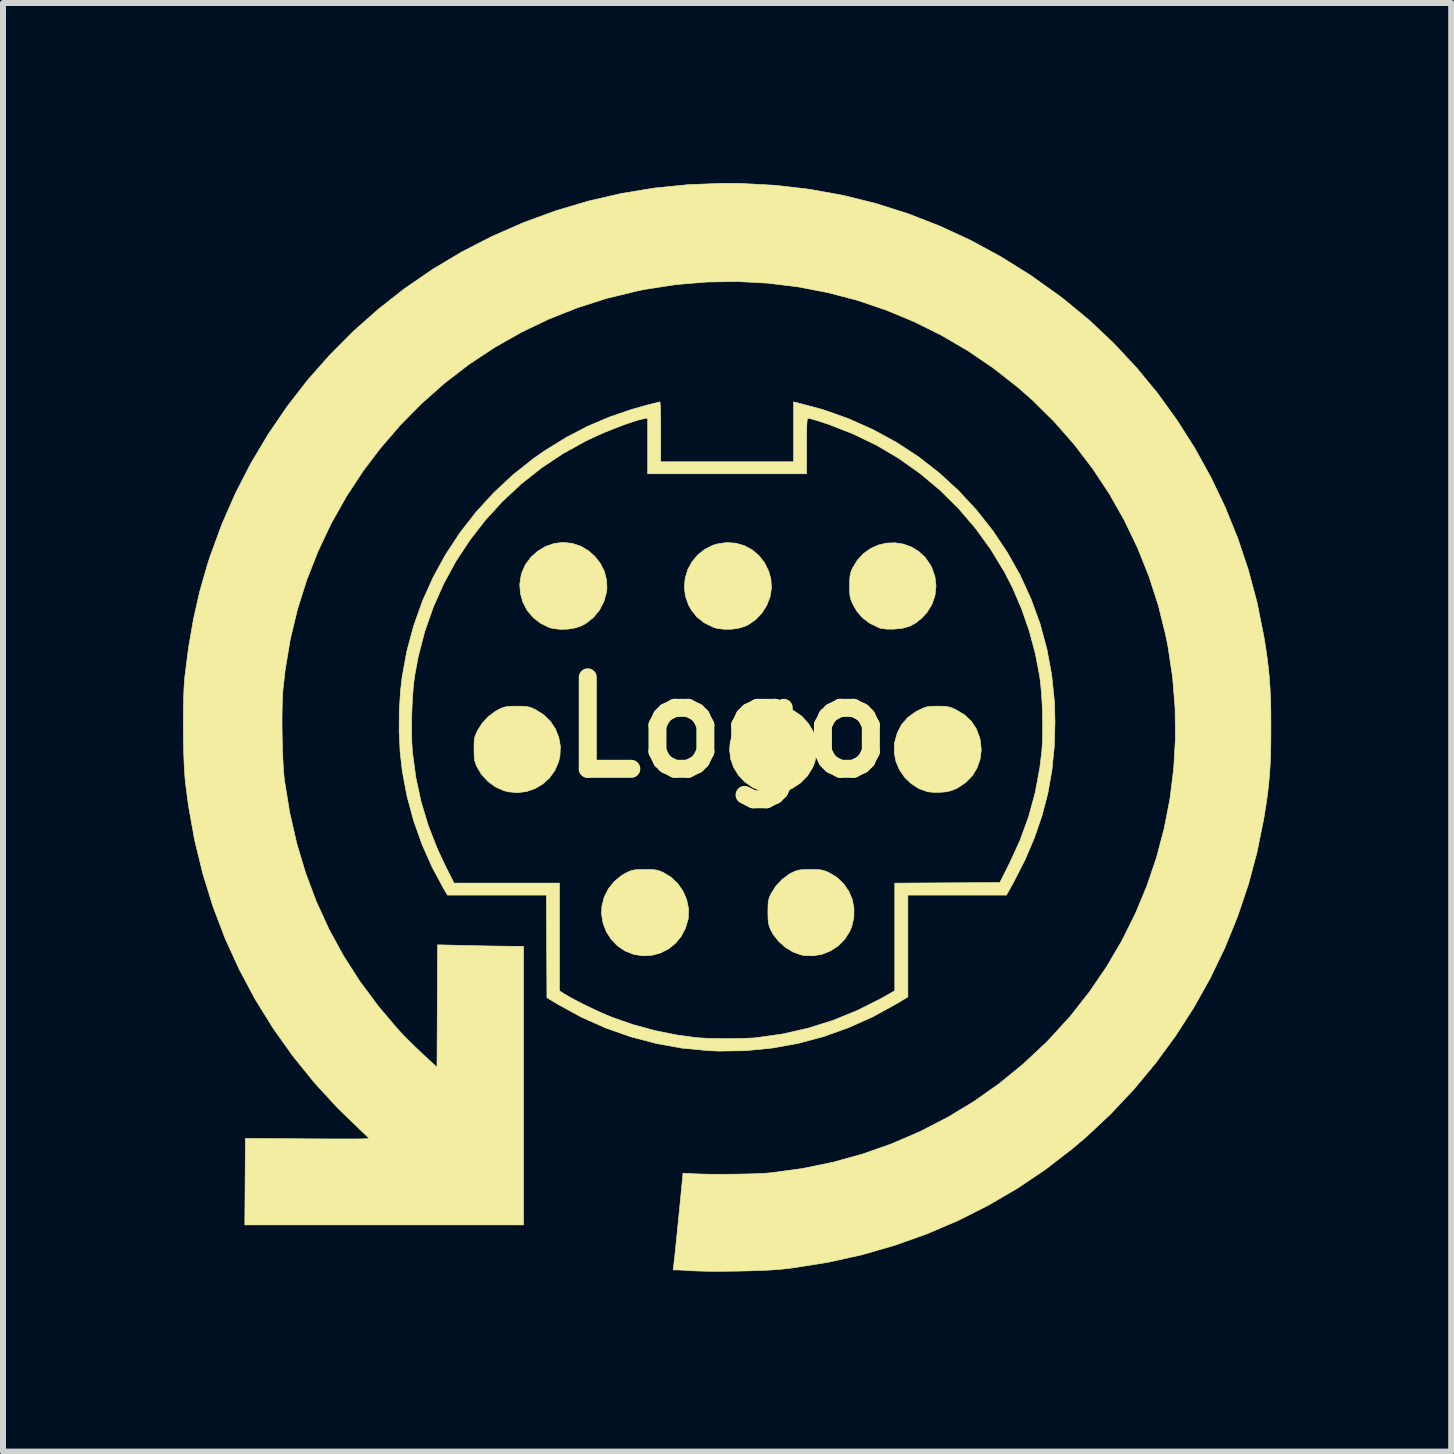
<source format=kicad_pcb>
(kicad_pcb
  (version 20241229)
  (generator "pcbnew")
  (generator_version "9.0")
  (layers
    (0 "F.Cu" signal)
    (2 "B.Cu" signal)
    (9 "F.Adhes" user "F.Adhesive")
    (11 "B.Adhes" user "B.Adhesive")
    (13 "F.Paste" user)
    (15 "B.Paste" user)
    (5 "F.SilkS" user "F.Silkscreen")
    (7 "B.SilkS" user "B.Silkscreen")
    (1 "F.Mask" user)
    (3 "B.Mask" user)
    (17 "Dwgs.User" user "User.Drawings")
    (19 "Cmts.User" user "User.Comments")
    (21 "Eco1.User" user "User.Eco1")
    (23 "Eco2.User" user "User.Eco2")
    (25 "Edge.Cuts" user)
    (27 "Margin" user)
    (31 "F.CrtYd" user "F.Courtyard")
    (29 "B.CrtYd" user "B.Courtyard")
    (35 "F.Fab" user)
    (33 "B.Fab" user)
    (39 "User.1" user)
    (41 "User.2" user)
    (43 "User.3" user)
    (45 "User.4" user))
  (footprint "Logo"
    (layer "F.Cu")
    (at 9.068 9.073)
    (property "Reference" "Logo" (at 0 0 0) (layer "F.SilkS") (effects (font (size 1.524 1.524) (thickness 0.3))))
    (attr through_hole)
    (fp_poly (pts (xy 0.141 -3.071) (xy 0.285 -3.03) (xy 0.416 -2.96) (xy 0.53 -2.864) (xy 0.624 -2.744) (xy 0.693 -2.603) (xy 0.729 -2.471) (xy 0.739 -2.324) (xy 0.716 -2.178) (xy 0.662 -2.038) (xy 0.583 -1.91) (xy 0.479 -1.8) (xy 0.355 -1.713) (xy 0.312 -1.691) (xy 0.204 -1.656) (xy 0.078 -1.637) (xy -0.051 -1.636) (xy -0.172 -1.652) (xy -0.236 -1.672) (xy -0.383 -1.745) (xy -0.502 -1.839) (xy -0.596 -1.957) (xy -0.645 -2.045) (xy -0.696 -2.191) (xy -0.713 -2.34) (xy -0.699 -2.487) (xy -0.657 -2.628) (xy -0.587 -2.758) (xy -0.493 -2.872) (xy -0.377 -2.966) (xy -0.24 -3.035) (xy -0.17 -3.057) (xy -0.012 -3.081) (xy 0.141 -3.071)) (stroke (width 0.01) (type solid)) (fill yes) (layer "F.SilkS"))
    (fp_poly (pts (xy -2.58 -3.067) (xy -2.439 -3.02) (xy -2.312 -2.945) (xy -2.202 -2.848) (xy -2.113 -2.733) (xy -2.047 -2.603) (xy -2.01 -2.462) (xy -2.003 -2.316) (xy -2.01 -2.256) (xy -2.054 -2.098) (xy -2.127 -1.956) (xy -2.228 -1.833) (xy -2.352 -1.735) (xy -2.422 -1.696) (xy -2.529 -1.659) (xy -2.654 -1.638) (xy -2.784 -1.635) (xy -2.904 -1.649) (xy -2.969 -1.667) (xy -3.114 -1.739) (xy -3.236 -1.835) (xy -3.334 -1.953) (xy -3.404 -2.087) (xy -3.445 -2.233) (xy -3.456 -2.387) (xy -3.432 -2.543) (xy -3.42 -2.583) (xy -3.359 -2.718) (xy -3.268 -2.838) (xy -3.155 -2.939) (xy -3.024 -3.017) (xy -2.881 -3.066) (xy -2.733 -3.084) (xy -2.731 -3.084) (xy -2.58 -3.067)) (stroke (width 0.01) (type solid)) (fill yes) (layer "F.SilkS"))
    (fp_poly (pts (xy -1.277 2.369) (xy -1.211 2.372) (xy -1.16 2.381) (xy -1.114 2.396) (xy -1.066 2.416) (xy -0.934 2.497) (xy -0.823 2.602) (xy -0.736 2.727) (xy -0.675 2.866) (xy -0.644 3.013) (xy -0.646 3.163) (xy -0.65 3.194) (xy -0.695 3.348) (xy -0.767 3.484) (xy -0.863 3.6) (xy -0.98 3.693) (xy -1.113 3.76) (xy -1.257 3.798) (xy -1.41 3.806) (xy -1.557 3.782) (xy -1.701 3.725) (xy -1.827 3.64) (xy -1.932 3.531) (xy -2.014 3.403) (xy -2.068 3.262) (xy -2.093 3.111) (xy -2.087 2.977) (xy -2.048 2.826) (xy -1.977 2.687) (xy -1.878 2.565) (xy -1.756 2.465) (xy -1.678 2.421) (xy -1.627 2.397) (xy -1.582 2.382) (xy -1.534 2.373) (xy -1.472 2.369) (xy -1.385 2.368) (xy -1.37 2.368) (xy -1.277 2.369)) (stroke (width 0.01) (type solid)) (fill yes) (layer "F.SilkS"))
    (fp_poly (pts (xy 2.936 -3.056) (xy 3.069 -3.009) (xy 3.191 -2.935) (xy 3.299 -2.835) (xy 3.388 -2.708) (xy 3.413 -2.659) (xy 3.464 -2.509) (xy 3.481 -2.355) (xy 3.465 -2.203) (xy 3.416 -2.057) (xy 3.335 -1.922) (xy 3.246 -1.824) (xy 3.142 -1.74) (xy 3.035 -1.684) (xy 2.914 -1.651) (xy 2.776 -1.638) (xy 2.658 -1.639) (xy 2.573 -1.649) (xy 2.539 -1.658) (xy 2.384 -1.732) (xy 2.258 -1.826) (xy 2.159 -1.94) (xy 2.099 -2.046) (xy 2.072 -2.105) (xy 2.056 -2.153) (xy 2.046 -2.204) (xy 2.042 -2.267) (xy 2.041 -2.354) (xy 2.041 -2.359) (xy 2.042 -2.449) (xy 2.047 -2.515) (xy 2.056 -2.566) (xy 2.072 -2.614) (xy 2.089 -2.652) (xy 2.171 -2.788) (xy 2.273 -2.898) (xy 2.391 -2.982) (xy 2.521 -3.04) (xy 2.658 -3.072) (xy 2.798 -3.077) (xy 2.936 -3.056)) (stroke (width 0.01) (type solid)) (fill yes) (layer "F.SilkS"))
    (fp_poly (pts (xy 0.969 -0.334) (xy 1.115 -0.276) (xy 1.243 -0.188) (xy 1.351 -0.07) (xy 1.419 0.039) (xy 1.445 0.092) (xy 1.462 0.136) (xy 1.472 0.181) (xy 1.477 0.237) (xy 1.478 0.315) (xy 1.479 0.354) (xy 1.478 0.445) (xy 1.474 0.51) (xy 1.466 0.56) (xy 1.451 0.607) (xy 1.428 0.66) (xy 1.423 0.671) (xy 1.339 0.807) (xy 1.227 0.921) (xy 1.093 1.011) (xy 1.079 1.017) (xy 1.012 1.048) (xy 0.95 1.067) (xy 0.881 1.077) (xy 0.803 1.082) (xy 0.692 1.082) (xy 0.605 1.073) (xy 0.572 1.064) (xy 0.421 0.997) (xy 0.291 0.905) (xy 0.186 0.793) (xy 0.108 0.665) (xy 0.058 0.523) (xy 0.041 0.373) (xy 0.052 0.243) (xy 0.098 0.084) (xy 0.173 -0.055) (xy 0.272 -0.171) (xy 0.393 -0.262) (xy 0.533 -0.324) (xy 0.688 -0.356) (xy 0.808 -0.359) (xy 0.969 -0.334)) (stroke (width 0.01) (type solid)) (fill yes) (layer "F.SilkS"))
    (fp_poly (pts (xy 3.597 -0.353) (xy 3.66 -0.348) (xy 3.71 -0.338) (xy 3.76 -0.32) (xy 3.81 -0.297) (xy 3.954 -0.211) (xy 4.067 -0.106) (xy 4.152 0.021) (xy 4.208 0.17) (xy 4.22 0.219) (xy 4.235 0.377) (xy 4.216 0.53) (xy 4.166 0.674) (xy 4.087 0.804) (xy 3.98 0.915) (xy 3.85 1.003) (xy 3.819 1.019) (xy 3.742 1.051) (xy 3.67 1.07) (xy 3.586 1.079) (xy 3.551 1.081) (xy 3.471 1.082) (xy 3.396 1.078) (xy 3.34 1.071) (xy 3.334 1.07) (xy 3.191 1.017) (xy 3.065 0.935) (xy 2.957 0.83) (xy 2.873 0.707) (xy 2.814 0.57) (xy 2.785 0.425) (xy 2.788 0.277) (xy 2.791 0.252) (xy 2.836 0.091) (xy 2.909 -0.049) (xy 3.011 -0.166) (xy 3.141 -0.26) (xy 3.189 -0.285) (xy 3.255 -0.317) (xy 3.306 -0.337) (xy 3.355 -0.348) (xy 3.414 -0.353) (xy 3.495 -0.354) (xy 3.51 -0.354) (xy 3.597 -0.353)) (stroke (width 0.01) (type solid)) (fill yes) (layer "F.SilkS"))
    (fp_poly (pts (xy -3.413 -0.353) (xy -3.35 -0.349) (xy -3.3 -0.34) (xy -3.253 -0.324) (xy -3.198 -0.298) (xy -3.191 -0.295) (xy -3.056 -0.21) (xy -2.945 -0.101) (xy -2.861 0.026) (xy -2.805 0.167) (xy -2.779 0.318) (xy -2.786 0.472) (xy -2.809 0.574) (xy -2.871 0.718) (xy -2.96 0.841) (xy -3.071 0.942) (xy -3.2 1.019) (xy -3.341 1.068) (xy -3.49 1.087) (xy -3.642 1.074) (xy -3.721 1.054) (xy -3.862 0.991) (xy -3.989 0.897) (xy -4.096 0.78) (xy -4.17 0.655) (xy -4.192 0.603) (xy -4.206 0.555) (xy -4.214 0.5) (xy -4.217 0.426) (xy -4.218 0.362) (xy -4.217 0.274) (xy -4.214 0.211) (xy -4.205 0.162) (xy -4.189 0.116) (xy -4.164 0.061) (xy -4.16 0.052) (xy -4.083 -0.069) (xy -3.98 -0.18) (xy -3.862 -0.269) (xy -3.796 -0.305) (xy -3.744 -0.328) (xy -3.696 -0.342) (xy -3.642 -0.35) (xy -3.571 -0.353) (xy -3.502 -0.354) (xy -3.413 -0.353)) (stroke (width 0.01) (type solid)) (fill yes) (layer "F.SilkS"))
    (fp_poly (pts (xy 1.48 2.369) (xy 1.547 2.372) (xy 1.598 2.381) (xy 1.644 2.396) (xy 1.692 2.417) (xy 1.829 2.499) (xy 1.941 2.605) (xy 2.027 2.73) (xy 2.086 2.868) (xy 2.114 3.016) (xy 2.112 3.168) (xy 2.076 3.32) (xy 2.042 3.401) (xy 1.959 3.532) (xy 1.851 3.641) (xy 1.723 3.724) (xy 1.582 3.781) (xy 1.431 3.806) (xy 1.278 3.8) (xy 1.227 3.79) (xy 1.097 3.742) (xy 0.972 3.666) (xy 0.86 3.566) (xy 0.769 3.451) (xy 0.729 3.379) (xy 0.707 3.328) (xy 0.693 3.282) (xy 0.685 3.23) (xy 0.681 3.162) (xy 0.68 3.075) (xy 0.681 2.984) (xy 0.685 2.919) (xy 0.693 2.87) (xy 0.707 2.825) (xy 0.73 2.775) (xy 0.734 2.767) (xy 0.81 2.647) (xy 0.911 2.538) (xy 1.028 2.449) (xy 1.079 2.421) (xy 1.131 2.397) (xy 1.176 2.382) (xy 1.224 2.373) (xy 1.287 2.369) (xy 1.373 2.368) (xy 1.388 2.368) (xy 1.48 2.369)) (stroke (width 0.01) (type solid)) (fill yes) (layer "F.SilkS"))
    (fp_poly (pts (xy 1.157 -5.414) (xy 1.598 -5.296) (xy 2.022 -5.146) (xy 2.428 -4.965) (xy 2.816 -4.754) (xy 3.183 -4.515) (xy 3.529 -4.246) (xy 3.852 -3.95) (xy 4.152 -3.627) (xy 4.428 -3.278) (xy 4.668 -2.919) (xy 4.884 -2.535) (xy 5.066 -2.137) (xy 5.215 -1.727) (xy 5.329 -1.306) (xy 5.409 -0.874) (xy 5.454 -0.433) (xy 5.464 -0.091) (xy 5.452 0.318) (xy 5.413 0.711) (xy 5.346 1.093) (xy 5.249 1.466) (xy 5.122 1.836) (xy 4.964 2.208) (xy 4.772 2.584) (xy 4.688 2.735) (xy 4.654 2.794) (xy 3.833 2.794) (xy 3.012 2.794) (xy 3.012 4.491) (xy 2.823 4.605) (xy 2.428 4.822) (xy 2.021 5.004) (xy 1.605 5.153) (xy 1.18 5.266) (xy 0.748 5.344) (xy 0.309 5.387) (xy -0.135 5.394) (xy -0.308 5.387) (xy -0.748 5.345) (xy -1.182 5.267) (xy -1.608 5.155) (xy -2.023 5.009) (xy -2.425 4.83) (xy -2.812 4.619) (xy -2.827 4.61) (xy -3.003 4.504) (xy -3.007 3.649) (xy -3.012 2.794) (xy -4.66 2.794) (xy -4.722 2.69) (xy -4.916 2.33) (xy -5.085 1.948) (xy -5.225 1.552) (xy -5.335 1.146) (xy -5.412 0.738) (xy -5.414 0.726) (xy -5.45 0.405) (xy -5.466 0.067) (xy -5.259 0.067) (xy -5.255 0.248) (xy -5.245 0.404) (xy -5.245 0.41) (xy -5.188 0.832) (xy -5.1 1.241) (xy -4.979 1.641) (xy -4.824 2.035) (xy -4.704 2.291) (xy -4.552 2.594) (xy -2.794 2.594) (xy -2.794 4.39) (xy -2.717 4.439) (xy -2.627 4.492) (xy -2.511 4.555) (xy -2.379 4.622) (xy -2.239 4.69) (xy -2.099 4.754) (xy -1.969 4.81) (xy -1.914 4.832) (xy -1.571 4.952) (xy -1.209 5.051) (xy -0.841 5.125) (xy -0.526 5.168) (xy -0.423 5.176) (xy -0.294 5.182) (xy -0.147 5.185) (xy 0.007 5.186) (xy 0.161 5.185) (xy 0.303 5.181) (xy 0.425 5.176) (xy 0.492 5.17) (xy 0.923 5.109) (xy 1.347 5.013) (xy 1.764 4.882) (xy 2.171 4.716) (xy 2.566 4.518) (xy 2.632 4.48) (xy 2.794 4.388) (xy 2.794 2.595) (xy 4.545 2.585) (xy 4.7 2.277) (xy 4.88 1.885) (xy 5.024 1.49) (xy 5.134 1.086) (xy 5.211 0.672) (xy 5.245 0.392) (xy 5.255 0.235) (xy 5.259 0.053) (xy 5.258 -0.144) (xy 5.252 -0.346) (xy 5.241 -0.542) (xy 5.225 -0.722) (xy 5.208 -0.859) (xy 5.136 -1.233) (xy 5.035 -1.608) (xy 4.908 -1.975) (xy 4.758 -2.325) (xy 4.624 -2.587) (xy 4.395 -2.965) (xy 4.138 -3.32) (xy 3.855 -3.65) (xy 3.548 -3.954) (xy 3.217 -4.231) (xy 2.865 -4.481) (xy 2.492 -4.702) (xy 2.099 -4.892) (xy 1.689 -5.052) (xy 1.583 -5.087) (xy 1.501 -5.113) (xy 1.429 -5.134) (xy 1.377 -5.148) (xy 1.352 -5.153) (xy 1.343 -5.149) (xy 1.337 -5.134) (xy 1.332 -5.105) (xy 1.329 -5.058) (xy 1.326 -4.989) (xy 1.325 -4.893) (xy 1.324 -4.767) (xy 1.324 -4.69) (xy 1.324 -4.227) (xy -1.324 -4.227) (xy -1.324 -5.157) (xy -1.388 -5.145) (xy -1.479 -5.123) (xy -1.595 -5.087) (xy -1.729 -5.04) (xy -1.876 -4.984) (xy -2.027 -4.923) (xy -2.176 -4.858) (xy -2.317 -4.792) (xy -2.363 -4.77) (xy -2.741 -4.56) (xy -3.099 -4.322) (xy -3.433 -4.057) (xy -3.744 -3.767) (xy -4.03 -3.454) (xy -4.29 -3.119) (xy -4.522 -2.765) (xy -4.725 -2.392) (xy -4.897 -2.004) (xy -5.039 -1.6) (xy -5.147 -1.184) (xy -5.208 -0.859) (xy -5.227 -0.705) (xy -5.242 -0.525) (xy -5.252 -0.329) (xy -5.258 -0.129) (xy -5.259 0.067) (xy -5.466 0.067) (xy -5.466 0.067) (xy -5.464 -0.276) (xy -5.443 -0.612) (xy -5.417 -0.838) (xy -5.338 -1.271) (xy -5.224 -1.694) (xy -5.078 -2.105) (xy -4.9 -2.501) (xy -4.691 -2.882) (xy -4.452 -3.245) (xy -4.185 -3.588) (xy -3.891 -3.909) (xy -3.571 -4.208) (xy -3.226 -4.482) (xy -3.03 -4.618) (xy -2.681 -4.833) (xy -2.328 -5.017) (xy -1.964 -5.172) (xy -1.581 -5.303) (xy -1.37 -5.362) (xy -1.282 -5.385) (xy -1.207 -5.404) (xy -1.151 -5.418) (xy -1.123 -5.424) (xy -1.12 -5.425) (xy -1.117 -5.407) (xy -1.114 -5.358) (xy -1.111 -5.282) (xy -1.109 -5.184) (xy -1.107 -5.068) (xy -1.107 -4.938) (xy -1.107 -4.926) (xy -1.107 -4.427) (xy 1.107 -4.427) (xy 1.107 -5.425) (xy 1.157 -5.414)) (stroke (width 0.01) (type solid)) (fill yes) (layer "F.SilkS"))
    (fp_poly (pts (xy 0.227 -9.066) (xy 0.802 -9.035) (xy 1.369 -8.969) (xy 1.927 -8.869) (xy 2.474 -8.733) (xy 3.012 -8.563) (xy 3.539 -8.358) (xy 4.054 -8.12) (xy 4.558 -7.847) (xy 5.05 -7.54) (xy 5.529 -7.199) (xy 5.63 -7.122) (xy 6.052 -6.772) (xy 6.451 -6.394) (xy 6.826 -5.991) (xy 7.177 -5.565) (xy 7.5 -5.117) (xy 7.797 -4.649) (xy 8.065 -4.164) (xy 8.304 -3.662) (xy 8.512 -3.147) (xy 8.688 -2.619) (xy 8.832 -2.081) (xy 8.941 -1.535) (xy 8.942 -1.533) (xy 8.975 -1.328) (xy 9.002 -1.144) (xy 9.022 -0.972) (xy 9.038 -0.806) (xy 9.049 -0.636) (xy 9.057 -0.455) (xy 9.061 -0.254) (xy 9.062 -0.027) (xy 9.062 0) (xy 9.061 0.232) (xy 9.057 0.436) (xy 9.05 0.62) (xy 9.039 0.791) (xy 9.024 0.958) (xy 9.004 1.129) (xy 8.977 1.311) (xy 8.945 1.513) (xy 8.943 1.524) (xy 8.832 2.075) (xy 8.687 2.617) (xy 8.508 3.149) (xy 8.297 3.668) (xy 8.054 4.174) (xy 7.78 4.664) (xy 7.476 5.137) (xy 7.144 5.591) (xy 6.784 6.025) (xy 6.398 6.436) (xy 5.986 6.823) (xy 5.751 7.022) (xy 5.304 7.367) (xy 4.836 7.682) (xy 4.349 7.966) (xy 3.845 8.22) (xy 3.325 8.442) (xy 2.79 8.632) (xy 2.242 8.79) (xy 1.681 8.914) (xy 1.109 9.005) (xy 0.925 9.027) (xy 0.817 9.036) (xy 0.681 9.045) (xy 0.523 9.051) (xy 0.35 9.057) (xy 0.17 9.061) (xy -0.011 9.063) (xy -0.186 9.064) (xy -0.347 9.063) (xy -0.489 9.059) (xy -0.604 9.054) (xy -0.635 9.052) (xy -0.721 9.046) (xy -0.796 9.042) (xy -0.85 9.041) (xy -0.875 9.042) (xy -0.897 9.041) (xy -0.898 9.017) (xy -0.896 9.007) (xy -0.892 8.981) (xy -0.885 8.922) (xy -0.875 8.835) (xy -0.864 8.724) (xy -0.85 8.592) (xy -0.835 8.445) (xy -0.819 8.285) (xy -0.81 8.197) (xy -0.735 7.429) (xy -0.553 7.439) (xy -0.431 7.443) (xy -0.287 7.446) (xy -0.128 7.447) (xy 0.038 7.446) (xy 0.205 7.444) (xy 0.364 7.441) (xy 0.509 7.436) (xy 0.632 7.43) (xy 0.726 7.422) (xy 1.247 7.352) (xy 1.759 7.247) (xy 2.258 7.109) (xy 2.744 6.938) (xy 3.215 6.735) (xy 3.671 6.5) (xy 4.11 6.235) (xy 4.53 5.939) (xy 4.93 5.613) (xy 5.308 5.259) (xy 5.37 5.196) (xy 5.717 4.815) (xy 6.033 4.414) (xy 6.32 3.994) (xy 6.576 3.559) (xy 6.801 3.108) (xy 6.994 2.644) (xy 7.156 2.168) (xy 7.284 1.682) (xy 7.38 1.189) (xy 7.442 0.688) (xy 7.471 0.183) (xy 7.465 -0.326) (xy 7.424 -0.836) (xy 7.347 -1.346) (xy 7.31 -1.533) (xy 7.187 -2.031) (xy 7.03 -2.517) (xy 6.841 -2.99) (xy 6.621 -3.449) (xy 6.371 -3.891) (xy 6.091 -4.314) (xy 5.784 -4.716) (xy 5.45 -5.097) (xy 5.091 -5.452) (xy 4.853 -5.662) (xy 4.443 -5.984) (xy 4.016 -6.275) (xy 3.574 -6.534) (xy 3.117 -6.761) (xy 2.647 -6.956) (xy 2.167 -7.119) (xy 1.677 -7.247) (xy 1.179 -7.343) (xy 0.676 -7.404) (xy 0.168 -7.431) (xy -0.343 -7.423) (xy -0.855 -7.38) (xy -1.366 -7.301) (xy -1.495 -7.275) (xy -2.001 -7.152) (xy -2.493 -6.995) (xy -2.97 -6.806) (xy -3.431 -6.585) (xy -3.875 -6.333) (xy -4.3 -6.052) (xy -4.705 -5.741) (xy -5.089 -5.401) (xy -5.451 -5.034) (xy -5.789 -4.64) (xy -6.06 -4.282) (xy -6.345 -3.849) (xy -6.598 -3.4) (xy -6.818 -2.935) (xy -7.006 -2.457) (xy -7.161 -1.966) (xy -7.281 -1.465) (xy -7.366 -0.955) (xy -7.403 -0.624) (xy -7.41 -0.504) (xy -7.415 -0.357) (xy -7.418 -0.191) (xy -7.418 -0.012) (xy -7.415 0.172) (xy -7.411 0.354) (xy -7.404 0.526) (xy -7.395 0.682) (xy -7.385 0.813) (xy -7.377 0.885) (xy -7.29 1.418) (xy -7.173 1.932) (xy -7.025 2.426) (xy -6.846 2.903) (xy -6.636 3.362) (xy -6.394 3.805) (xy -6.12 4.233) (xy -5.813 4.646) (xy -5.514 5) (xy -5.433 5.089) (xy -5.334 5.191) (xy -5.228 5.296) (xy -5.125 5.395) (xy -5.08 5.438) (xy -4.835 5.663) (xy -4.83 4.643) (xy -4.826 3.623) (xy -4.322 3.635) (xy -4.177 3.638) (xy -4.031 3.641) (xy -3.893 3.643) (xy -3.769 3.645) (xy -3.667 3.646) (xy -3.606 3.647) (xy -3.393 3.647) (xy -3.393 8.291) (xy -8.038 8.291) (xy -8.033 7.57) (xy -8.028 6.849) (xy -6.999 6.856) (xy -6.809 6.857) (xy -6.631 6.858) (xy -6.467 6.858) (xy -6.321 6.858) (xy -6.196 6.858) (xy -6.095 6.857) (xy -6.022 6.855) (xy -5.979 6.854) (xy -5.969 6.852) (xy -5.981 6.836) (xy -6.014 6.802) (xy -6.06 6.758) (xy -6.064 6.755) (xy -6.486 6.347) (xy -6.878 5.921) (xy -7.238 5.475) (xy -7.568 5.011) (xy -7.866 4.529) (xy -8.132 4.03) (xy -8.367 3.515) (xy -8.569 2.984) (xy -8.738 2.437) (xy -8.875 1.875) (xy -8.978 1.3) (xy -9.029 0.907) (xy -9.039 0.785) (xy -9.048 0.634) (xy -9.055 0.461) (xy -9.06 0.274) (xy -9.062 0.08) (xy -9.063 -0.117) (xy -9.061 -0.307) (xy -9.058 -0.485) (xy -9.052 -0.644) (xy -9.044 -0.777) (xy -9.039 -0.835) (xy -8.976 -1.331) (xy -8.894 -1.802) (xy -8.792 -2.256) (xy -8.666 -2.698) (xy -8.619 -2.844) (xy -8.423 -3.38) (xy -8.195 -3.9) (xy -7.937 -4.402) (xy -7.649 -4.885) (xy -7.334 -5.347) (xy -6.991 -5.789) (xy -6.622 -6.207) (xy -6.229 -6.602) (xy -5.811 -6.972) (xy -5.371 -7.317) (xy -4.91 -7.633) (xy -4.428 -7.922) (xy -3.926 -8.18) (xy -3.407 -8.408) (xy -3.391 -8.415) (xy -2.851 -8.612) (xy -2.309 -8.773) (xy -1.762 -8.899) (xy -1.209 -8.99) (xy -0.647 -9.046) (xy -0.075 -9.068) (xy 0.227 -9.066)) (stroke (width 0.01) (type solid)) (fill yes) (layer "F.SilkS")))
  (gr_rect
    (start -3 -3)
    (end 21.135 21.142)
    (stroke (width 0.1) (type default))
    (fill no)
    (layer "Edge.Cuts")))
</source>
